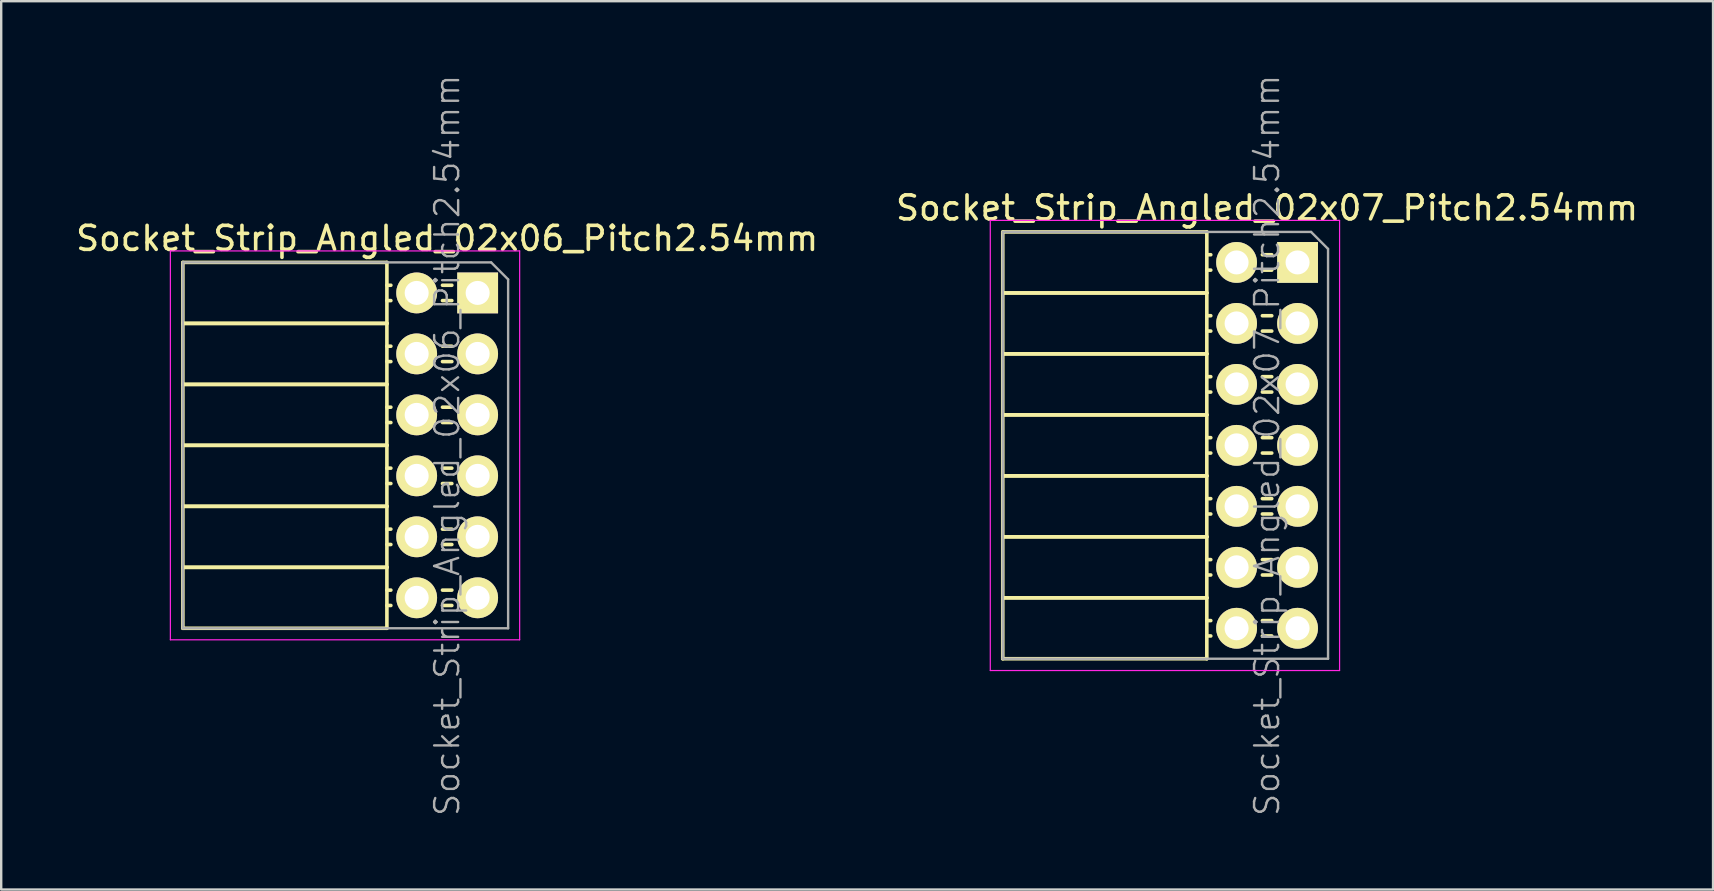
<source format=kicad_pcb>
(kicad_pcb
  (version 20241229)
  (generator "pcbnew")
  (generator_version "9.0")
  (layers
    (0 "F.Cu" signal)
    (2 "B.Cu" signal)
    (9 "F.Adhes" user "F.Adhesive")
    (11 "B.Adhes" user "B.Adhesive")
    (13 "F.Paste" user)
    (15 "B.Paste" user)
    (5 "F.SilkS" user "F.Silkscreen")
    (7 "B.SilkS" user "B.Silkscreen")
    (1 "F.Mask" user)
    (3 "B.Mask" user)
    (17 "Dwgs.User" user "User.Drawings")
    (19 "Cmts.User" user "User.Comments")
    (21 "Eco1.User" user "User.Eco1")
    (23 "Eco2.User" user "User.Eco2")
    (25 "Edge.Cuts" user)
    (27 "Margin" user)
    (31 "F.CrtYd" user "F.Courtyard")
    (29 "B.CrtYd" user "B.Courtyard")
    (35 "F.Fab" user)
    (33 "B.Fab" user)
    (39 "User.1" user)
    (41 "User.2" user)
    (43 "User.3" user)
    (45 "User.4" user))
  (footprint "Socket_Strip_Angled_02x07_Pitch2.54mm"
    (layer "F.Cu")
    (at 51.002 7.882)
    (property "Reference" "Socket_Strip_Angled_02x07_Pitch2.54mm" (at -1.27 -2.27 0) (layer "F.SilkS") (effects (font (size 1 1) (thickness 0.15))))
    (attr smd)
    (fp_line (start -12.28 -1.27) (end -12.28 1.27) (stroke (width 0.15) (type solid)) (layer "F.SilkS"))
    (fp_line (start -12.28 -1.27) (end -3.78 -1.27) (stroke (width 0.15) (type solid)) (layer "F.SilkS"))
    (fp_line (start -12.28 1.27) (end -12.28 3.81) (stroke (width 0.15) (type solid)) (layer "F.SilkS"))
    (fp_line (start -12.28 1.27) (end -3.78 1.27) (stroke (width 0.15) (type solid)) (layer "F.SilkS"))
    (fp_line (start -12.28 1.27) (end -3.78 1.27) (stroke (width 0.15) (type solid)) (layer "F.SilkS"))
    (fp_line (start -12.28 3.81) (end -12.28 6.35) (stroke (width 0.15) (type solid)) (layer "F.SilkS"))
    (fp_line (start -12.28 3.81) (end -3.78 3.81) (stroke (width 0.15) (type solid)) (layer "F.SilkS"))
    (fp_line (start -12.28 3.81) (end -3.78 3.81) (stroke (width 0.15) (type solid)) (layer "F.SilkS"))
    (fp_line (start -12.28 6.35) (end -12.28 8.89) (stroke (width 0.15) (type solid)) (layer "F.SilkS"))
    (fp_line (start -12.28 6.35) (end -3.78 6.35) (stroke (width 0.15) (type solid)) (layer "F.SilkS"))
    (fp_line (start -12.28 6.35) (end -3.78 6.35) (stroke (width 0.15) (type solid)) (layer "F.SilkS"))
    (fp_line (start -12.28 8.89) (end -12.28 11.43) (stroke (width 0.15) (type solid)) (layer "F.SilkS"))
    (fp_line (start -12.28 8.89) (end -3.78 8.89) (stroke (width 0.15) (type solid)) (layer "F.SilkS"))
    (fp_line (start -12.28 8.89) (end -3.78 8.89) (stroke (width 0.15) (type solid)) (layer "F.SilkS"))
    (fp_line (start -12.28 11.43) (end -12.28 13.97) (stroke (width 0.15) (type solid)) (layer "F.SilkS"))
    (fp_line (start -12.28 11.43) (end -3.78 11.43) (stroke (width 0.15) (type solid)) (layer "F.SilkS"))
    (fp_line (start -12.28 11.43) (end -3.78 11.43) (stroke (width 0.15) (type solid)) (layer "F.SilkS"))
    (fp_line (start -12.28 13.97) (end -12.28 16.51) (stroke (width 0.15) (type solid)) (layer "F.SilkS"))
    (fp_line (start -12.28 13.97) (end -3.78 13.97) (stroke (width 0.15) (type solid)) (layer "F.SilkS"))
    (fp_line (start -12.28 13.97) (end -3.78 13.97) (stroke (width 0.15) (type solid)) (layer "F.SilkS"))
    (fp_line (start -12.28 16.51) (end -3.78 16.51) (stroke (width 0.15) (type solid)) (layer "F.SilkS"))
    (fp_line (start -3.78 -1.27) (end -3.78 1.27) (stroke (width 0.15) (type solid)) (layer "F.SilkS"))
    (fp_line (start -3.78 -0.32) (end -3.615 -0.32) (stroke (width 0.15) (type solid)) (layer "F.SilkS"))
    (fp_line (start -3.78 0.32) (end -3.615 0.32) (stroke (width 0.15) (type solid)) (layer "F.SilkS"))
    (fp_line (start -3.78 1.27) (end -3.78 3.81) (stroke (width 0.15) (type solid)) (layer "F.SilkS"))
    (fp_line (start -3.78 2.22) (end -3.615 2.22) (stroke (width 0.15) (type solid)) (layer "F.SilkS"))
    (fp_line (start -3.78 2.86) (end -3.615 2.86) (stroke (width 0.15) (type solid)) (layer "F.SilkS"))
    (fp_line (start -3.78 3.81) (end -3.78 6.35) (stroke (width 0.15) (type solid)) (layer "F.SilkS"))
    (fp_line (start -3.78 4.76) (end -3.615 4.76) (stroke (width 0.15) (type solid)) (layer "F.SilkS"))
    (fp_line (start -3.78 5.4) (end -3.615 5.4) (stroke (width 0.15) (type solid)) (layer "F.SilkS"))
    (fp_line (start -3.78 6.35) (end -3.78 8.89) (stroke (width 0.15) (type solid)) (layer "F.SilkS"))
    (fp_line (start -3.78 7.3) (end -3.615 7.3) (stroke (width 0.15) (type solid)) (layer "F.SilkS"))
    (fp_line (start -3.78 7.94) (end -3.615 7.94) (stroke (width 0.15) (type solid)) (layer "F.SilkS"))
    (fp_line (start -3.78 8.89) (end -3.78 11.43) (stroke (width 0.15) (type solid)) (layer "F.SilkS"))
    (fp_line (start -3.78 9.84) (end -3.615 9.84) (stroke (width 0.15) (type solid)) (layer "F.SilkS"))
    (fp_line (start -3.78 10.48) (end -3.615 10.48) (stroke (width 0.15) (type solid)) (layer "F.SilkS"))
    (fp_line (start -3.78 11.43) (end -3.78 13.97) (stroke (width 0.15) (type solid)) (layer "F.SilkS"))
    (fp_line (start -3.78 12.38) (end -3.615 12.38) (stroke (width 0.15) (type solid)) (layer "F.SilkS"))
    (fp_line (start -3.78 13.02) (end -3.615 13.02) (stroke (width 0.15) (type solid)) (layer "F.SilkS"))
    (fp_line (start -3.78 13.97) (end -3.78 16.51) (stroke (width 0.15) (type solid)) (layer "F.SilkS"))
    (fp_line (start -3.78 14.92) (end -3.615 14.92) (stroke (width 0.15) (type solid)) (layer "F.SilkS"))
    (fp_line (start -3.78 15.56) (end -3.615 15.56) (stroke (width 0.15) (type solid)) (layer "F.SilkS"))
    (fp_line (start -1.075 -0.32) (end -1.465 -0.32) (stroke (width 0.15) (type solid)) (layer "F.SilkS"))
    (fp_line (start -1.075 0.32) (end -1.465 0.32) (stroke (width 0.15) (type solid)) (layer "F.SilkS"))
    (fp_line (start -1.075 2.22) (end -1.465 2.22) (stroke (width 0.15) (type solid)) (layer "F.SilkS"))
    (fp_line (start -1.075 2.86) (end -1.465 2.86) (stroke (width 0.15) (type solid)) (layer "F.SilkS"))
    (fp_line (start -1.075 4.76) (end -1.465 4.76) (stroke (width 0.15) (type solid)) (layer "F.SilkS"))
    (fp_line (start -1.075 5.4) (end -1.465 5.4) (stroke (width 0.15) (type solid)) (layer "F.SilkS"))
    (fp_line (start -1.075 7.3) (end -1.465 7.3) (stroke (width 0.15) (type solid)) (layer "F.SilkS"))
    (fp_line (start -1.075 7.94) (end -1.465 7.94) (stroke (width 0.15) (type solid)) (layer "F.SilkS"))
    (fp_line (start -1.075 9.84) (end -1.465 9.84) (stroke (width 0.15) (type solid)) (layer "F.SilkS"))
    (fp_line (start -1.075 10.48) (end -1.465 10.48) (stroke (width 0.15) (type solid)) (layer "F.SilkS"))
    (fp_line (start -1.075 12.38) (end -1.465 12.38) (stroke (width 0.15) (type solid)) (layer "F.SilkS"))
    (fp_line (start -1.075 13.02) (end -1.465 13.02) (stroke (width 0.15) (type solid)) (layer "F.SilkS"))
    (fp_line (start -1.075 14.92) (end -1.465 14.92) (stroke (width 0.15) (type solid)) (layer "F.SilkS"))
    (fp_line (start -1.075 15.56) (end -1.465 15.56) (stroke (width 0.15) (type solid)) (layer "F.SilkS"))
    (fp_line (start -12.8 -1.75) (end 1.75 -1.75) (stroke (width 0.05) (type solid)) (layer "F.CrtYd"))
    (fp_line (start -12.8 17) (end -12.8 -1.75) (stroke (width 0.05) (type solid)) (layer "F.CrtYd"))
    (fp_line (start -12.8 17) (end 1.75 17) (stroke (width 0.05) (type solid)) (layer "F.CrtYd"))
    (fp_line (start 1.75 17) (end 1.75 -1.75) (stroke (width 0.05) (type solid)) (layer "F.CrtYd"))
    (fp_line (start -12.28 -1.27) (end 0.563 -1.27) (stroke (width 0.1) (type solid)) (layer "F.Fab"))
    (fp_line (start -12.28 16.51) (end -12.28 -1.27) (stroke (width 0.1) (type solid)) (layer "F.Fab"))
    (fp_line (start -12.28 16.51) (end 1.27 16.51) (stroke (width 0.1) (type solid)) (layer "F.Fab"))
    (fp_line (start 1.27 -0.563) (end 0.563 -1.27) (stroke (width 0.1) (type solid)) (layer "F.Fab"))
    (fp_line (start 1.27 16.51) (end 1.27 -0.563) (stroke (width 0.1) (type solid)) (layer "F.Fab"))
    (fp_text user "${REFERENCE}" (at -1.27 7.62 90) (layer "F.Fab") (effects (font (size 1 1) (thickness 0.1))))
    (pad "1" thru_hole rect (at 0 0) (size 1.7 1.7) (drill 1) (layers "*.Cu" "*.Mask" "F.SilkS"))
    (pad "2" thru_hole oval (at -2.54 0) (size 1.7 1.7) (drill 1) (layers "*.Cu" "*.Mask" "F.SilkS"))
    (pad "3" thru_hole oval (at 0 2.54) (size 1.7 1.7) (drill 1) (layers "*.Cu" "*.Mask" "F.SilkS"))
    (pad "4" thru_hole oval (at -2.54 2.54) (size 1.7 1.7) (drill 1) (layers "*.Cu" "*.Mask" "F.SilkS"))
    (pad "5" thru_hole oval (at 0 5.08) (size 1.7 1.7) (drill 1) (layers "*.Cu" "*.Mask" "F.SilkS"))
    (pad "6" thru_hole oval (at -2.54 5.08) (size 1.7 1.7) (drill 1) (layers "*.Cu" "*.Mask" "F.SilkS"))
    (pad "7" thru_hole oval (at 0 7.62) (size 1.7 1.7) (drill 1) (layers "*.Cu" "*.Mask" "F.SilkS"))
    (pad "8" thru_hole oval (at -2.54 7.62) (size 1.7 1.7) (drill 1) (layers "*.Cu" "*.Mask" "F.SilkS"))
    (pad "9" thru_hole oval (at 0 10.16) (size 1.7 1.7) (drill 1) (layers "*.Cu" "*.Mask" "F.SilkS"))
    (pad "10" thru_hole oval (at -2.54 10.16) (size 1.7 1.7) (drill 1) (layers "*.Cu" "*.Mask" "F.SilkS"))
    (pad "11" thru_hole oval (at 0 12.7) (size 1.7 1.7) (drill 1) (layers "*.Cu" "*.Mask" "F.SilkS"))
    (pad "12" thru_hole oval (at -2.54 12.7) (size 1.7 1.7) (drill 1) (layers "*.Cu" "*.Mask" "F.SilkS"))
    (pad "13" thru_hole oval (at 0 15.24) (size 1.7 1.7) (drill 1) (layers "*.Cu" "*.Mask" "F.SilkS"))
    (pad "14" thru_hole oval (at -2.54 15.24) (size 1.7 1.7) (drill 1) (layers "*.Cu" "*.Mask" "F.SilkS")))
  (footprint "Socket_Strip_Angled_02x06_Pitch2.54mm"
    (layer "F.Cu")
    (at 16.847 9.152)
    (property "Reference" "Socket_Strip_Angled_02x06_Pitch2.54mm" (at -1.27 -2.27 0) (layer "F.SilkS") (effects (font (size 1 1) (thickness 0.15))))
    (attr smd)
    (fp_line (start -12.28 -1.27) (end -12.28 1.27) (stroke (width 0.15) (type solid)) (layer "F.SilkS"))
    (fp_line (start -12.28 -1.27) (end -3.78 -1.27) (stroke (width 0.15) (type solid)) (layer "F.SilkS"))
    (fp_line (start -12.28 1.27) (end -12.28 3.81) (stroke (width 0.15) (type solid)) (layer "F.SilkS"))
    (fp_line (start -12.28 1.27) (end -3.78 1.27) (stroke (width 0.15) (type solid)) (layer "F.SilkS"))
    (fp_line (start -12.28 1.27) (end -3.78 1.27) (stroke (width 0.15) (type solid)) (layer "F.SilkS"))
    (fp_line (start -12.28 3.81) (end -12.28 6.35) (stroke (width 0.15) (type solid)) (layer "F.SilkS"))
    (fp_line (start -12.28 3.81) (end -3.78 3.81) (stroke (width 0.15) (type solid)) (layer "F.SilkS"))
    (fp_line (start -12.28 3.81) (end -3.78 3.81) (stroke (width 0.15) (type solid)) (layer "F.SilkS"))
    (fp_line (start -12.28 6.35) (end -12.28 8.89) (stroke (width 0.15) (type solid)) (layer "F.SilkS"))
    (fp_line (start -12.28 6.35) (end -3.78 6.35) (stroke (width 0.15) (type solid)) (layer "F.SilkS"))
    (fp_line (start -12.28 6.35) (end -3.78 6.35) (stroke (width 0.15) (type solid)) (layer "F.SilkS"))
    (fp_line (start -12.28 8.89) (end -12.28 11.43) (stroke (width 0.15) (type solid)) (layer "F.SilkS"))
    (fp_line (start -12.28 8.89) (end -3.78 8.89) (stroke (width 0.15) (type solid)) (layer "F.SilkS"))
    (fp_line (start -12.28 8.89) (end -3.78 8.89) (stroke (width 0.15) (type solid)) (layer "F.SilkS"))
    (fp_line (start -12.28 11.43) (end -12.28 13.97) (stroke (width 0.15) (type solid)) (layer "F.SilkS"))
    (fp_line (start -12.28 11.43) (end -3.78 11.43) (stroke (width 0.15) (type solid)) (layer "F.SilkS"))
    (fp_line (start -12.28 11.43) (end -3.78 11.43) (stroke (width 0.15) (type solid)) (layer "F.SilkS"))
    (fp_line (start -12.28 13.97) (end -3.78 13.97) (stroke (width 0.15) (type solid)) (layer "F.SilkS"))
    (fp_line (start -3.78 -1.27) (end -3.78 1.27) (stroke (width 0.15) (type solid)) (layer "F.SilkS"))
    (fp_line (start -3.78 -0.32) (end -3.615 -0.32) (stroke (width 0.15) (type solid)) (layer "F.SilkS"))
    (fp_line (start -3.78 0.32) (end -3.615 0.32) (stroke (width 0.15) (type solid)) (layer "F.SilkS"))
    (fp_line (start -3.78 1.27) (end -3.78 3.81) (stroke (width 0.15) (type solid)) (layer "F.SilkS"))
    (fp_line (start -3.78 2.22) (end -3.615 2.22) (stroke (width 0.15) (type solid)) (layer "F.SilkS"))
    (fp_line (start -3.78 2.86) (end -3.615 2.86) (stroke (width 0.15) (type solid)) (layer "F.SilkS"))
    (fp_line (start -3.78 3.81) (end -3.78 6.35) (stroke (width 0.15) (type solid)) (layer "F.SilkS"))
    (fp_line (start -3.78 4.76) (end -3.615 4.76) (stroke (width 0.15) (type solid)) (layer "F.SilkS"))
    (fp_line (start -3.78 5.4) (end -3.615 5.4) (stroke (width 0.15) (type solid)) (layer "F.SilkS"))
    (fp_line (start -3.78 6.35) (end -3.78 8.89) (stroke (width 0.15) (type solid)) (layer "F.SilkS"))
    (fp_line (start -3.78 7.3) (end -3.615 7.3) (stroke (width 0.15) (type solid)) (layer "F.SilkS"))
    (fp_line (start -3.78 7.94) (end -3.615 7.94) (stroke (width 0.15) (type solid)) (layer "F.SilkS"))
    (fp_line (start -3.78 8.89) (end -3.78 11.43) (stroke (width 0.15) (type solid)) (layer "F.SilkS"))
    (fp_line (start -3.78 9.84) (end -3.615 9.84) (stroke (width 0.15) (type solid)) (layer "F.SilkS"))
    (fp_line (start -3.78 10.48) (end -3.615 10.48) (stroke (width 0.15) (type solid)) (layer "F.SilkS"))
    (fp_line (start -3.78 11.43) (end -3.78 13.97) (stroke (width 0.15) (type solid)) (layer "F.SilkS"))
    (fp_line (start -3.78 12.38) (end -3.615 12.38) (stroke (width 0.15) (type solid)) (layer "F.SilkS"))
    (fp_line (start -3.78 13.02) (end -3.615 13.02) (stroke (width 0.15) (type solid)) (layer "F.SilkS"))
    (fp_line (start -1.075 -0.32) (end -1.465 -0.32) (stroke (width 0.15) (type solid)) (layer "F.SilkS"))
    (fp_line (start -1.075 0.32) (end -1.465 0.32) (stroke (width 0.15) (type solid)) (layer "F.SilkS"))
    (fp_line (start -1.075 2.22) (end -1.465 2.22) (stroke (width 0.15) (type solid)) (layer "F.SilkS"))
    (fp_line (start -1.075 2.86) (end -1.465 2.86) (stroke (width 0.15) (type solid)) (layer "F.SilkS"))
    (fp_line (start -1.075 4.76) (end -1.465 4.76) (stroke (width 0.15) (type solid)) (layer "F.SilkS"))
    (fp_line (start -1.075 5.4) (end -1.465 5.4) (stroke (width 0.15) (type solid)) (layer "F.SilkS"))
    (fp_line (start -1.075 7.3) (end -1.465 7.3) (stroke (width 0.15) (type solid)) (layer "F.SilkS"))
    (fp_line (start -1.075 7.94) (end -1.465 7.94) (stroke (width 0.15) (type solid)) (layer "F.SilkS"))
    (fp_line (start -1.075 9.84) (end -1.465 9.84) (stroke (width 0.15) (type solid)) (layer "F.SilkS"))
    (fp_line (start -1.075 10.48) (end -1.465 10.48) (stroke (width 0.15) (type solid)) (layer "F.SilkS"))
    (fp_line (start -1.075 12.38) (end -1.465 12.38) (stroke (width 0.15) (type solid)) (layer "F.SilkS"))
    (fp_line (start -1.075 13.02) (end -1.465 13.02) (stroke (width 0.15) (type solid)) (layer "F.SilkS"))
    (fp_line (start -12.8 -1.75) (end 1.75 -1.75) (stroke (width 0.05) (type solid)) (layer "F.CrtYd"))
    (fp_line (start -12.8 14.45) (end -12.8 -1.75) (stroke (width 0.05) (type solid)) (layer "F.CrtYd"))
    (fp_line (start -12.8 14.45) (end 1.75 14.45) (stroke (width 0.05) (type solid)) (layer "F.CrtYd"))
    (fp_line (start 1.75 14.45) (end 1.75 -1.75) (stroke (width 0.05) (type solid)) (layer "F.CrtYd"))
    (fp_line (start -12.28 -1.27) (end 0.563 -1.27) (stroke (width 0.1) (type solid)) (layer "F.Fab"))
    (fp_line (start -12.28 13.97) (end -12.28 -1.27) (stroke (width 0.1) (type solid)) (layer "F.Fab"))
    (fp_line (start -12.28 13.97) (end 1.27 13.97) (stroke (width 0.1) (type solid)) (layer "F.Fab"))
    (fp_line (start 1.27 -0.563) (end 0.563 -1.27) (stroke (width 0.1) (type solid)) (layer "F.Fab"))
    (fp_line (start 1.27 13.97) (end 1.27 -0.563) (stroke (width 0.1) (type solid)) (layer "F.Fab"))
    (fp_text user "${REFERENCE}" (at -1.27 6.35 90) (layer "F.Fab") (effects (font (size 1 1) (thickness 0.1))))
    (pad "1" thru_hole rect (at 0 0) (size 1.7 1.7) (drill 1) (layers "*.Cu" "*.Mask" "F.SilkS"))
    (pad "2" thru_hole oval (at -2.54 0) (size 1.7 1.7) (drill 1) (layers "*.Cu" "*.Mask" "F.SilkS"))
    (pad "3" thru_hole oval (at 0 2.54) (size 1.7 1.7) (drill 1) (layers "*.Cu" "*.Mask" "F.SilkS"))
    (pad "4" thru_hole oval (at -2.54 2.54) (size 1.7 1.7) (drill 1) (layers "*.Cu" "*.Mask" "F.SilkS"))
    (pad "5" thru_hole oval (at 0 5.08) (size 1.7 1.7) (drill 1) (layers "*.Cu" "*.Mask" "F.SilkS"))
    (pad "6" thru_hole oval (at -2.54 5.08) (size 1.7 1.7) (drill 1) (layers "*.Cu" "*.Mask" "F.SilkS"))
    (pad "7" thru_hole oval (at 0 7.62) (size 1.7 1.7) (drill 1) (layers "*.Cu" "*.Mask" "F.SilkS"))
    (pad "8" thru_hole oval (at -2.54 7.62) (size 1.7 1.7) (drill 1) (layers "*.Cu" "*.Mask" "F.SilkS"))
    (pad "9" thru_hole oval (at 0 10.16) (size 1.7 1.7) (drill 1) (layers "*.Cu" "*.Mask" "F.SilkS"))
    (pad "10" thru_hole oval (at -2.54 10.16) (size 1.7 1.7) (drill 1) (layers "*.Cu" "*.Mask" "F.SilkS"))
    (pad "11" thru_hole oval (at 0 12.7) (size 1.7 1.7) (drill 1) (layers "*.Cu" "*.Mask" "F.SilkS"))
    (pad "12" thru_hole oval (at -2.54 12.7) (size 1.7 1.7) (drill 1) (layers "*.Cu" "*.Mask" "F.SilkS")))
  (gr_rect
    (start -3 -3)
    (end 68.31 34.005)
    (stroke (width 0.1) (type default))
    (fill no)
    (layer "Edge.Cuts")))
</source>
